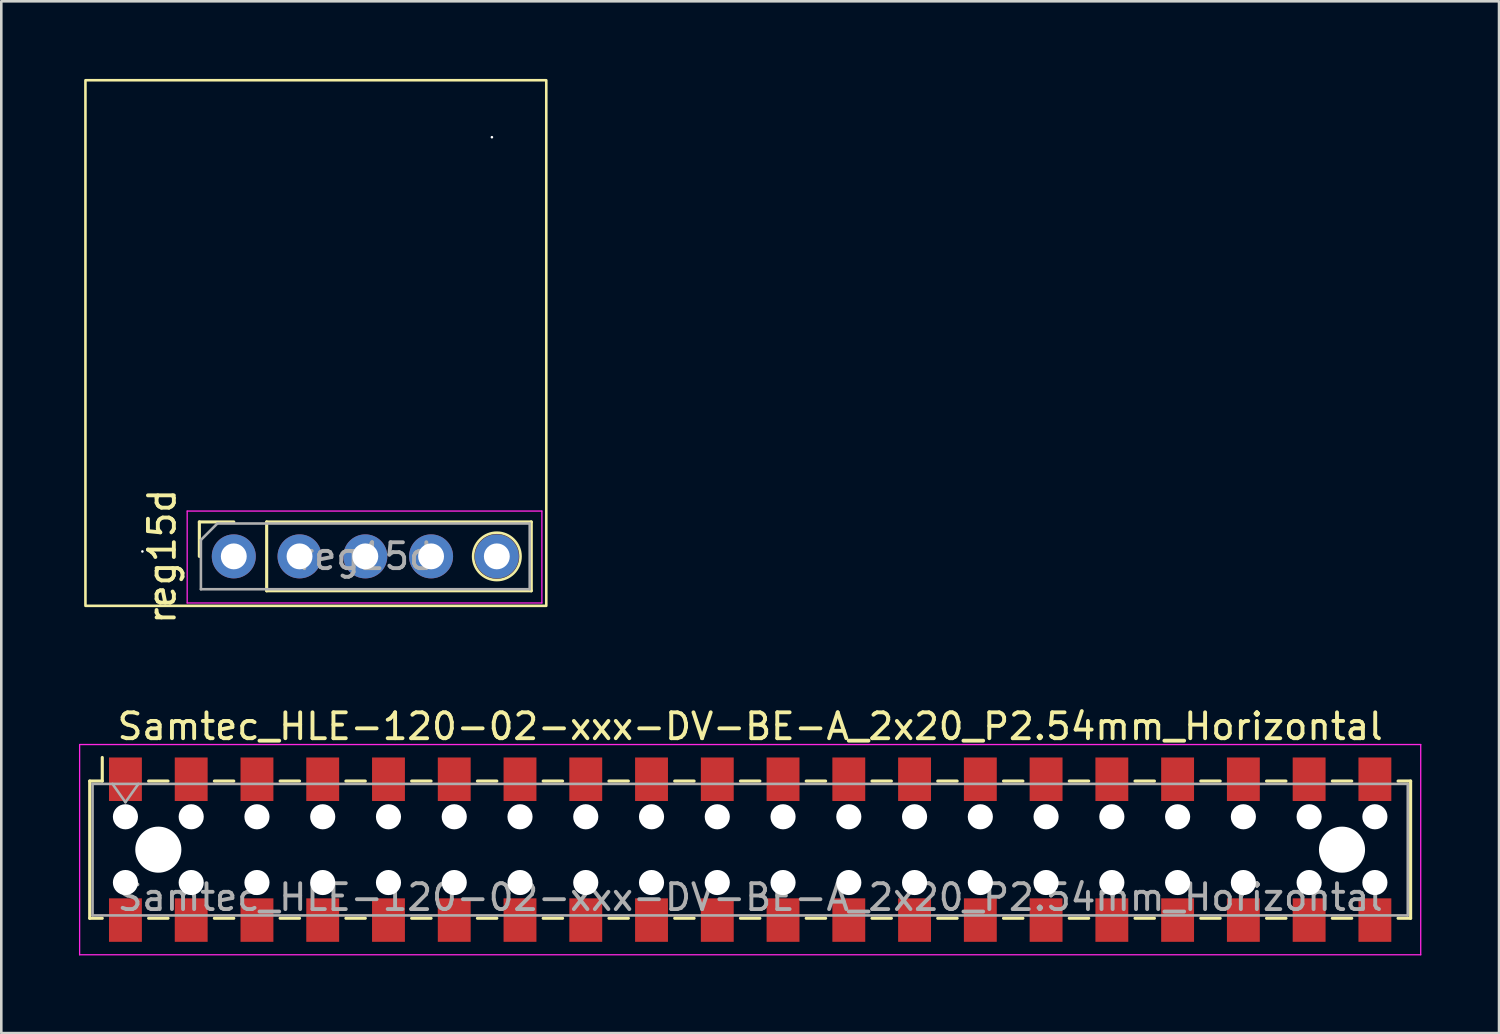
<source format=kicad_pcb>
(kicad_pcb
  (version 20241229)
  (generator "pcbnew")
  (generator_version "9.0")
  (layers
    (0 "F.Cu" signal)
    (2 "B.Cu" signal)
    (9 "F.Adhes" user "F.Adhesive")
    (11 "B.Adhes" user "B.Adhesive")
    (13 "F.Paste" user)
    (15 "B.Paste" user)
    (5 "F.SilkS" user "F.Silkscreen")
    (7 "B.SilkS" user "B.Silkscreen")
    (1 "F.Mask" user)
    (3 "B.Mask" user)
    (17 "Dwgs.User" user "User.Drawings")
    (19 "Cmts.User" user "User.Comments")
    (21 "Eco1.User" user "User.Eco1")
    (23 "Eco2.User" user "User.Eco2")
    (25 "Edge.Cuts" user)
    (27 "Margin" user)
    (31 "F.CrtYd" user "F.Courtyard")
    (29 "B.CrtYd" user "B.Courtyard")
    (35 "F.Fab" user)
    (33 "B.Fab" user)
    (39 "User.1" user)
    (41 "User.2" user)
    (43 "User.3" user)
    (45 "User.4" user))
  (footprint "Samtec_HLE-120-02-xxx-DV-BE-A_2x20_P2.54mm_Horizontal"
    (layer "F.Cu")
    (at 25.925 29.768)
    (property "Reference" "Samtec_HLE-120-02-xxx-DV-BE-A_2x20_P2.54mm_Horizontal" (at 0 -4.76 0) (layer "F.SilkS") (effects (font (size 1 1) (thickness 0.15))))
    (attr smd)
    (fp_line (start -25.51 -2.65) (end -25.51 2.65) (stroke (width 0.12) (type solid)) (layer "F.SilkS"))
    (fp_line (start -25.51 2.65) (end -25.025 2.65) (stroke (width 0.12) (type solid)) (layer "F.SilkS"))
    (fp_line (start -25.025 -3.56) (end -25.025 -2.65) (stroke (width 0.12) (type solid)) (layer "F.SilkS"))
    (fp_line (start -25.025 -2.65) (end -25.51 -2.65) (stroke (width 0.12) (type solid)) (layer "F.SilkS"))
    (fp_line (start -23.235 -2.65) (end -22.485 -2.65) (stroke (width 0.12) (type solid)) (layer "F.SilkS"))
    (fp_line (start -23.235 2.65) (end -22.485 2.65) (stroke (width 0.12) (type solid)) (layer "F.SilkS"))
    (fp_line (start -20.695 -2.65) (end -19.945 -2.65) (stroke (width 0.12) (type solid)) (layer "F.SilkS"))
    (fp_line (start -20.695 2.65) (end -19.945 2.65) (stroke (width 0.12) (type solid)) (layer "F.SilkS"))
    (fp_line (start -18.155 -2.65) (end -17.405 -2.65) (stroke (width 0.12) (type solid)) (layer "F.SilkS"))
    (fp_line (start -18.155 2.65) (end -17.405 2.65) (stroke (width 0.12) (type solid)) (layer "F.SilkS"))
    (fp_line (start -15.615 -2.65) (end -14.865 -2.65) (stroke (width 0.12) (type solid)) (layer "F.SilkS"))
    (fp_line (start -15.615 2.65) (end -14.865 2.65) (stroke (width 0.12) (type solid)) (layer "F.SilkS"))
    (fp_line (start -13.075 -2.65) (end -12.325 -2.65) (stroke (width 0.12) (type solid)) (layer "F.SilkS"))
    (fp_line (start -13.075 2.65) (end -12.325 2.65) (stroke (width 0.12) (type solid)) (layer "F.SilkS"))
    (fp_line (start -10.535 -2.65) (end -9.785 -2.65) (stroke (width 0.12) (type solid)) (layer "F.SilkS"))
    (fp_line (start -10.535 2.65) (end -9.785 2.65) (stroke (width 0.12) (type solid)) (layer "F.SilkS"))
    (fp_line (start -7.995 -2.65) (end -7.245 -2.65) (stroke (width 0.12) (type solid)) (layer "F.SilkS"))
    (fp_line (start -7.995 2.65) (end -7.245 2.65) (stroke (width 0.12) (type solid)) (layer "F.SilkS"))
    (fp_line (start -5.455 -2.65) (end -4.705 -2.65) (stroke (width 0.12) (type solid)) (layer "F.SilkS"))
    (fp_line (start -5.455 2.65) (end -4.705 2.65) (stroke (width 0.12) (type solid)) (layer "F.SilkS"))
    (fp_line (start -2.915 -2.65) (end -2.165 -2.65) (stroke (width 0.12) (type solid)) (layer "F.SilkS"))
    (fp_line (start -2.915 2.65) (end -2.165 2.65) (stroke (width 0.12) (type solid)) (layer "F.SilkS"))
    (fp_line (start -0.375 -2.65) (end 0.375 -2.65) (stroke (width 0.12) (type solid)) (layer "F.SilkS"))
    (fp_line (start -0.375 2.65) (end 0.375 2.65) (stroke (width 0.12) (type solid)) (layer "F.SilkS"))
    (fp_line (start 2.165 -2.65) (end 2.915 -2.65) (stroke (width 0.12) (type solid)) (layer "F.SilkS"))
    (fp_line (start 2.165 2.65) (end 2.915 2.65) (stroke (width 0.12) (type solid)) (layer "F.SilkS"))
    (fp_line (start 4.705 -2.65) (end 5.455 -2.65) (stroke (width 0.12) (type solid)) (layer "F.SilkS"))
    (fp_line (start 4.705 2.65) (end 5.455 2.65) (stroke (width 0.12) (type solid)) (layer "F.SilkS"))
    (fp_line (start 7.245 -2.65) (end 7.995 -2.65) (stroke (width 0.12) (type solid)) (layer "F.SilkS"))
    (fp_line (start 7.245 2.65) (end 7.995 2.65) (stroke (width 0.12) (type solid)) (layer "F.SilkS"))
    (fp_line (start 9.785 -2.65) (end 10.535 -2.65) (stroke (width 0.12) (type solid)) (layer "F.SilkS"))
    (fp_line (start 9.785 2.65) (end 10.535 2.65) (stroke (width 0.12) (type solid)) (layer "F.SilkS"))
    (fp_line (start 12.325 -2.65) (end 13.075 -2.65) (stroke (width 0.12) (type solid)) (layer "F.SilkS"))
    (fp_line (start 12.325 2.65) (end 13.075 2.65) (stroke (width 0.12) (type solid)) (layer "F.SilkS"))
    (fp_line (start 14.865 -2.65) (end 15.615 -2.65) (stroke (width 0.12) (type solid)) (layer "F.SilkS"))
    (fp_line (start 14.865 2.65) (end 15.615 2.65) (stroke (width 0.12) (type solid)) (layer "F.SilkS"))
    (fp_line (start 17.405 -2.65) (end 18.155 -2.65) (stroke (width 0.12) (type solid)) (layer "F.SilkS"))
    (fp_line (start 17.405 2.65) (end 18.155 2.65) (stroke (width 0.12) (type solid)) (layer "F.SilkS"))
    (fp_line (start 19.945 -2.65) (end 20.695 -2.65) (stroke (width 0.12) (type solid)) (layer "F.SilkS"))
    (fp_line (start 19.945 2.65) (end 20.695 2.65) (stroke (width 0.12) (type solid)) (layer "F.SilkS"))
    (fp_line (start 22.485 -2.65) (end 23.235 -2.65) (stroke (width 0.12) (type solid)) (layer "F.SilkS"))
    (fp_line (start 22.485 2.65) (end 23.235 2.65) (stroke (width 0.12) (type solid)) (layer "F.SilkS"))
    (fp_line (start 25.025 -2.65) (end 25.51 -2.65) (stroke (width 0.12) (type solid)) (layer "F.SilkS"))
    (fp_line (start 25.51 -2.65) (end 25.51 2.65) (stroke (width 0.12) (type solid)) (layer "F.SilkS"))
    (fp_line (start 25.51 2.65) (end 25.025 2.65) (stroke (width 0.12) (type solid)) (layer "F.SilkS"))
    (fp_line (start -25.9 -4.06) (end 25.9 -4.06) (stroke (width 0.05) (type solid)) (layer "F.CrtYd"))
    (fp_line (start -25.9 4.06) (end -25.9 -4.06) (stroke (width 0.05) (type solid)) (layer "F.CrtYd"))
    (fp_line (start 25.9 -4.06) (end 25.9 4.06) (stroke (width 0.05) (type solid)) (layer "F.CrtYd"))
    (fp_line (start 25.9 4.06) (end -25.9 4.06) (stroke (width 0.05) (type solid)) (layer "F.CrtYd"))
    (fp_line (start -25.4 -2.54) (end 25.4 -2.54) (stroke (width 0.1) (type solid)) (layer "F.Fab"))
    (fp_line (start -25.4 2.54) (end -25.4 -2.54) (stroke (width 0.1) (type solid)) (layer "F.Fab"))
    (fp_line (start -24.63 -2.54) (end -24.13 -1.833) (stroke (width 0.1) (type solid)) (layer "F.Fab"))
    (fp_line (start -24.13 -1.833) (end -23.63 -2.54) (stroke (width 0.1) (type solid)) (layer "F.Fab"))
    (fp_line (start 25.4 -2.54) (end 25.4 2.54) (stroke (width 0.1) (type solid)) (layer "F.Fab"))
    (fp_line (start 25.4 2.54) (end -25.4 2.54) (stroke (width 0.1) (type solid)) (layer "F.Fab"))
    (fp_text user "${REFERENCE}" (at 0 1.84 0) (layer "F.Fab") (effects (font (size 1 1) (thickness 0.15))))
    (pad "" np_thru_hole circle (at -24.13 -1.27) (size 0.97 0.97) (drill 0.97) (layers "*.Cu" "*.Mask"))
    (pad "" np_thru_hole circle (at -24.13 1.27) (size 0.97 0.97) (drill 0.97) (layers "*.Cu" "*.Mask"))
    (pad "" np_thru_hole circle (at -22.86 0) (size 1.78 1.78) (drill 1.78) (layers "*.Cu" "*.Mask"))
    (pad "" np_thru_hole circle (at -21.59 -1.27) (size 0.97 0.97) (drill 0.97) (layers "*.Cu" "*.Mask"))
    (pad "" np_thru_hole circle (at -21.59 1.27) (size 0.97 0.97) (drill 0.97) (layers "*.Cu" "*.Mask"))
    (pad "" np_thru_hole circle (at -19.05 -1.27) (size 0.97 0.97) (drill 0.97) (layers "*.Cu" "*.Mask"))
    (pad "" np_thru_hole circle (at -19.05 1.27) (size 0.97 0.97) (drill 0.97) (layers "*.Cu" "*.Mask"))
    (pad "" np_thru_hole circle (at -16.51 -1.27) (size 0.97 0.97) (drill 0.97) (layers "*.Cu" "*.Mask"))
    (pad "" np_thru_hole circle (at -16.51 1.27) (size 0.97 0.97) (drill 0.97) (layers "*.Cu" "*.Mask"))
    (pad "" np_thru_hole circle (at -13.97 -1.27) (size 0.97 0.97) (drill 0.97) (layers "*.Cu" "*.Mask"))
    (pad "" np_thru_hole circle (at -13.97 1.27) (size 0.97 0.97) (drill 0.97) (layers "*.Cu" "*.Mask"))
    (pad "" np_thru_hole circle (at -11.43 -1.27) (size 0.97 0.97) (drill 0.97) (layers "*.Cu" "*.Mask"))
    (pad "" np_thru_hole circle (at -11.43 1.27) (size 0.97 0.97) (drill 0.97) (layers "*.Cu" "*.Mask"))
    (pad "" np_thru_hole circle (at -8.89 -1.27) (size 0.97 0.97) (drill 0.97) (layers "*.Cu" "*.Mask"))
    (pad "" np_thru_hole circle (at -8.89 1.27) (size 0.97 0.97) (drill 0.97) (layers "*.Cu" "*.Mask"))
    (pad "" np_thru_hole circle (at -6.35 -1.27) (size 0.97 0.97) (drill 0.97) (layers "*.Cu" "*.Mask"))
    (pad "" np_thru_hole circle (at -6.35 1.27) (size 0.97 0.97) (drill 0.97) (layers "*.Cu" "*.Mask"))
    (pad "" np_thru_hole circle (at -3.81 -1.27) (size 0.97 0.97) (drill 0.97) (layers "*.Cu" "*.Mask"))
    (pad "" np_thru_hole circle (at -3.81 1.27) (size 0.97 0.97) (drill 0.97) (layers "*.Cu" "*.Mask"))
    (pad "" np_thru_hole circle (at -1.27 -1.27) (size 0.97 0.97) (drill 0.97) (layers "*.Cu" "*.Mask"))
    (pad "" np_thru_hole circle (at -1.27 1.27) (size 0.97 0.97) (drill 0.97) (layers "*.Cu" "*.Mask"))
    (pad "" np_thru_hole circle (at 1.27 -1.27) (size 0.97 0.97) (drill 0.97) (layers "*.Cu" "*.Mask"))
    (pad "" np_thru_hole circle (at 1.27 1.27) (size 0.97 0.97) (drill 0.97) (layers "*.Cu" "*.Mask"))
    (pad "" np_thru_hole circle (at 3.81 -1.27) (size 0.97 0.97) (drill 0.97) (layers "*.Cu" "*.Mask"))
    (pad "" np_thru_hole circle (at 3.81 1.27) (size 0.97 0.97) (drill 0.97) (layers "*.Cu" "*.Mask"))
    (pad "" np_thru_hole circle (at 6.35 -1.27) (size 0.97 0.97) (drill 0.97) (layers "*.Cu" "*.Mask"))
    (pad "" np_thru_hole circle (at 6.35 1.27) (size 0.97 0.97) (drill 0.97) (layers "*.Cu" "*.Mask"))
    (pad "" np_thru_hole circle (at 8.89 -1.27) (size 0.97 0.97) (drill 0.97) (layers "*.Cu" "*.Mask"))
    (pad "" np_thru_hole circle (at 8.89 1.27) (size 0.97 0.97) (drill 0.97) (layers "*.Cu" "*.Mask"))
    (pad "" np_thru_hole circle (at 11.43 -1.27) (size 0.97 0.97) (drill 0.97) (layers "*.Cu" "*.Mask"))
    (pad "" np_thru_hole circle (at 11.43 1.27) (size 0.97 0.97) (drill 0.97) (layers "*.Cu" "*.Mask"))
    (pad "" np_thru_hole circle (at 13.97 -1.27) (size 0.97 0.97) (drill 0.97) (layers "*.Cu" "*.Mask"))
    (pad "" np_thru_hole circle (at 13.97 1.27) (size 0.97 0.97) (drill 0.97) (layers "*.Cu" "*.Mask"))
    (pad "" np_thru_hole circle (at 16.51 -1.27) (size 0.97 0.97) (drill 0.97) (layers "*.Cu" "*.Mask"))
    (pad "" np_thru_hole circle (at 16.51 1.27) (size 0.97 0.97) (drill 0.97) (layers "*.Cu" "*.Mask"))
    (pad "" np_thru_hole circle (at 19.05 -1.27) (size 0.97 0.97) (drill 0.97) (layers "*.Cu" "*.Mask"))
    (pad "" np_thru_hole circle (at 19.05 1.27) (size 0.97 0.97) (drill 0.97) (layers "*.Cu" "*.Mask"))
    (pad "" np_thru_hole circle (at 21.59 -1.27) (size 0.97 0.97) (drill 0.97) (layers "*.Cu" "*.Mask"))
    (pad "" np_thru_hole circle (at 21.59 1.27) (size 0.97 0.97) (drill 0.97) (layers "*.Cu" "*.Mask"))
    (pad "" np_thru_hole circle (at 22.86 0) (size 1.78 1.78) (drill 1.78) (layers "*.Cu" "*.Mask"))
    (pad "" np_thru_hole circle (at 24.13 -1.27) (size 0.97 0.97) (drill 0.97) (layers "*.Cu" "*.Mask"))
    (pad "" np_thru_hole circle (at 24.13 1.27) (size 0.97 0.97) (drill 0.97) (layers "*.Cu" "*.Mask"))
    (pad "1" smd rect (at -24.13 -2.72) (size 1.27 1.68) (layers "F.Cu" "F.Mask" "F.Paste"))
    (pad "2" smd rect (at -24.13 2.72) (size 1.27 1.68) (layers "F.Cu" "F.Mask" "F.Paste"))
    (pad "3" smd rect (at -21.59 -2.72) (size 1.27 1.68) (layers "F.Cu" "F.Mask" "F.Paste"))
    (pad "4" smd rect (at -21.59 2.72) (size 1.27 1.68) (layers "F.Cu" "F.Mask" "F.Paste"))
    (pad "5" smd rect (at -19.05 -2.72) (size 1.27 1.68) (layers "F.Cu" "F.Mask" "F.Paste"))
    (pad "6" smd rect (at -19.05 2.72) (size 1.27 1.68) (layers "F.Cu" "F.Mask" "F.Paste"))
    (pad "7" smd rect (at -16.51 -2.72) (size 1.27 1.68) (layers "F.Cu" "F.Mask" "F.Paste"))
    (pad "8" smd rect (at -16.51 2.72) (size 1.27 1.68) (layers "F.Cu" "F.Mask" "F.Paste"))
    (pad "9" smd rect (at -13.97 -2.72) (size 1.27 1.68) (layers "F.Cu" "F.Mask" "F.Paste"))
    (pad "10" smd rect (at -13.97 2.72) (size 1.27 1.68) (layers "F.Cu" "F.Mask" "F.Paste"))
    (pad "11" smd rect (at -11.43 -2.72) (size 1.27 1.68) (layers "F.Cu" "F.Mask" "F.Paste"))
    (pad "12" smd rect (at -11.43 2.72) (size 1.27 1.68) (layers "F.Cu" "F.Mask" "F.Paste"))
    (pad "13" smd rect (at -8.89 -2.72) (size 1.27 1.68) (layers "F.Cu" "F.Mask" "F.Paste"))
    (pad "14" smd rect (at -8.89 2.72) (size 1.27 1.68) (layers "F.Cu" "F.Mask" "F.Paste"))
    (pad "15" smd rect (at -6.35 -2.72) (size 1.27 1.68) (layers "F.Cu" "F.Mask" "F.Paste"))
    (pad "16" smd rect (at -6.35 2.72) (size 1.27 1.68) (layers "F.Cu" "F.Mask" "F.Paste"))
    (pad "17" smd rect (at -3.81 -2.72) (size 1.27 1.68) (layers "F.Cu" "F.Mask" "F.Paste"))
    (pad "18" smd rect (at -3.81 2.72) (size 1.27 1.68) (layers "F.Cu" "F.Mask" "F.Paste"))
    (pad "19" smd rect (at -1.27 -2.72) (size 1.27 1.68) (layers "F.Cu" "F.Mask" "F.Paste"))
    (pad "20" smd rect (at -1.27 2.72) (size 1.27 1.68) (layers "F.Cu" "F.Mask" "F.Paste"))
    (pad "21" smd rect (at 1.27 -2.72) (size 1.27 1.68) (layers "F.Cu" "F.Mask" "F.Paste"))
    (pad "22" smd rect (at 1.27 2.72) (size 1.27 1.68) (layers "F.Cu" "F.Mask" "F.Paste"))
    (pad "23" smd rect (at 3.81 -2.72) (size 1.27 1.68) (layers "F.Cu" "F.Mask" "F.Paste"))
    (pad "24" smd rect (at 3.81 2.72) (size 1.27 1.68) (layers "F.Cu" "F.Mask" "F.Paste"))
    (pad "25" smd rect (at 6.35 -2.72) (size 1.27 1.68) (layers "F.Cu" "F.Mask" "F.Paste"))
    (pad "26" smd rect (at 6.35 2.72) (size 1.27 1.68) (layers "F.Cu" "F.Mask" "F.Paste"))
    (pad "27" smd rect (at 8.89 -2.72) (size 1.27 1.68) (layers "F.Cu" "F.Mask" "F.Paste"))
    (pad "28" smd rect (at 8.89 2.72) (size 1.27 1.68) (layers "F.Cu" "F.Mask" "F.Paste"))
    (pad "29" smd rect (at 11.43 -2.72) (size 1.27 1.68) (layers "F.Cu" "F.Mask" "F.Paste"))
    (pad "30" smd rect (at 11.43 2.72) (size 1.27 1.68) (layers "F.Cu" "F.Mask" "F.Paste"))
    (pad "31" smd rect (at 13.97 -2.72) (size 1.27 1.68) (layers "F.Cu" "F.Mask" "F.Paste"))
    (pad "32" smd rect (at 13.97 2.72) (size 1.27 1.68) (layers "F.Cu" "F.Mask" "F.Paste"))
    (pad "33" smd rect (at 16.51 -2.72) (size 1.27 1.68) (layers "F.Cu" "F.Mask" "F.Paste"))
    (pad "34" smd rect (at 16.51 2.72) (size 1.27 1.68) (layers "F.Cu" "F.Mask" "F.Paste"))
    (pad "35" smd rect (at 19.05 -2.72) (size 1.27 1.68) (layers "F.Cu" "F.Mask" "F.Paste"))
    (pad "36" smd rect (at 19.05 2.72) (size 1.27 1.68) (layers "F.Cu" "F.Mask" "F.Paste"))
    (pad "37" smd rect (at 21.59 -2.72) (size 1.27 1.68) (layers "F.Cu" "F.Mask" "F.Paste"))
    (pad "38" smd rect (at 21.59 2.72) (size 1.27 1.68) (layers "F.Cu" "F.Mask" "F.Paste"))
    (pad "39" smd rect (at 24.13 -2.72) (size 1.27 1.68) (layers "F.Cu" "F.Mask" "F.Paste"))
    (pad "40" smd rect (at 24.13 2.72) (size 1.27 1.68) (layers "F.Cu" "F.Mask" "F.Paste")))
  (footprint "reg15d"
    (layer "F.Cu")
    (at 0.25 20.35)
    (property "Reference" "reg15d" (at 2.96 -1.91 90) (layer "F.SilkS") (effects (font (size 1 1) (thickness 0.15))))
    (attr through_hole)
    (fp_line (start 4.4 -3.24) (end 5.73 -3.24) (stroke (width 0.12) (type solid)) (layer "F.SilkS"))
    (fp_line (start 4.4 -1.91) (end 4.4 -3.24) (stroke (width 0.12) (type solid)) (layer "F.SilkS"))
    (fp_line (start 7 -3.24) (end 17.22 -3.24) (stroke (width 0.12) (type solid)) (layer "F.SilkS"))
    (fp_line (start 7 -0.58) (end 7 -3.24) (stroke (width 0.12) (type solid)) (layer "F.SilkS"))
    (fp_line (start 7 -0.58) (end 17.22 -0.58) (stroke (width 0.12) (type solid)) (layer "F.SilkS"))
    (fp_line (start 17.22 -0.58) (end 17.22 -3.24) (stroke (width 0.12) (type solid)) (layer "F.SilkS"))
    (fp_rect (start 0 -20.3) (end 17.8 0) (stroke (width 0.1) (type default)) (fill no) (layer "F.SilkS"))
    (fp_circle (center 15.89 -1.91) (end 16.806 -1.91) (stroke (width 0.1) (type default)) (fill no) (layer "F.SilkS"))
    (fp_line (start 3.93 -3.66) (end 17.63 -3.66) (stroke (width 0.05) (type solid)) (layer "F.CrtYd"))
    (fp_line (start 3.93 -0.11) (end 3.93 -3.66) (stroke (width 0.05) (type solid)) (layer "F.CrtYd"))
    (fp_line (start 17.63 -3.66) (end 17.63 -0.11) (stroke (width 0.05) (type solid)) (layer "F.CrtYd"))
    (fp_line (start 17.63 -0.11) (end 3.93 -0.11) (stroke (width 0.05) (type solid)) (layer "F.CrtYd"))
    (fp_line (start 4.46 -2.545) (end 5.095 -3.18) (stroke (width 0.1) (type solid)) (layer "F.Fab"))
    (fp_line (start 4.46 -0.64) (end 4.46 -2.545) (stroke (width 0.1) (type solid)) (layer "F.Fab"))
    (fp_line (start 5.095 -3.18) (end 17.16 -3.18) (stroke (width 0.1) (type solid)) (layer "F.Fab"))
    (fp_line (start 17.16 -3.18) (end 17.16 -0.64) (stroke (width 0.1) (type solid)) (layer "F.Fab"))
    (fp_line (start 17.16 -0.64) (end 4.46 -0.64) (stroke (width 0.1) (type solid)) (layer "F.Fab"))
    (fp_text user "${REFERENCE}" (at 10.81 -1.91 180) (layer "F.Fab") (effects (font (size 1 1) (thickness 0.15))))
    (pad "" np_thru_hole circle (at 2.2 -2.1) (size 0.1 0.1) (drill 2.184) (layers "*.Cu" "*.Mask"))
    (pad "" np_thru_hole circle (at 15.7 -18.1) (size 0.1 0.1) (drill 2.184) (layers "*.Cu" "*.Mask"))
    (pad "1" thru_hole circle (at 5.73 -1.91 90) (size 1.7 1.7) (drill 1) (layers "*.Cu" "*.Mask"))
    (pad "2" thru_hole oval (at 8.27 -1.91 90) (size 1.7 1.7) (drill 1) (layers "*.Cu" "*.Mask"))
    (pad "3" thru_hole oval (at 10.81 -1.91 90) (size 1.7 1.7) (drill 1) (layers "*.Cu" "*.Mask"))
    (pad "4" thru_hole oval (at 13.35 -1.91 90) (size 1.7 1.7) (drill 1) (layers "*.Cu" "*.Mask"))
    (pad "5" thru_hole oval (at 15.89 -1.91 90) (size 1.7 1.7) (drill 1) (layers "*.Cu" "*.Mask")))
  (gr_rect
    (start -3 -3)
    (end 54.85 36.853)
    (stroke (width 0.1) (type default))
    (fill no)
    (layer "Edge.Cuts")))
</source>
